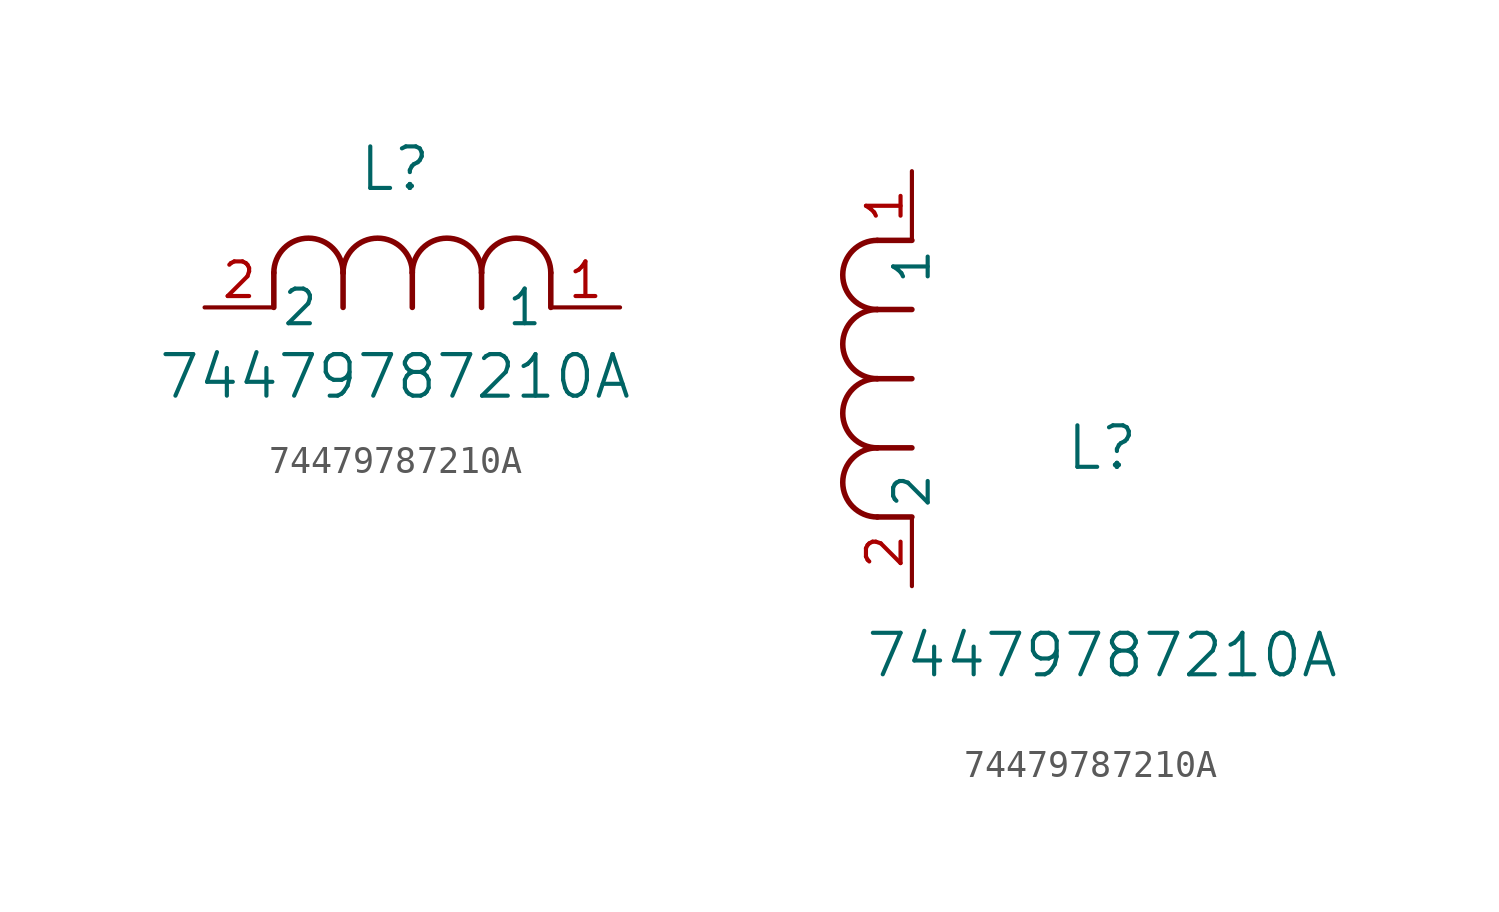
<source format=kicad_sym>
(kicad_symbol_lib
  (version 20211014)
  (generator kicad_symbol_editor)
  (symbol "74479787210A"
    (pin_names
      (offset 0.254))
    (property "Reference" "L"
      (at 6.985 5.08 0)
      (effects (font (size 1.524 1.524))))
    (property "Value" "74479787210A"
      (at 6.985 -2.54 0)
      (effects (font (size 1.524 1.524))))
    (symbol "74479787210A_1_1"
      (arc (start 7.62 1.27) (mid 6.35 2.54) (end 5.08 1.27) (stroke (width 0.2032) (type default) (color 0 0 0 0)) (fill (type none)))
      (polyline (pts (xy 5.08 0) (xy 5.08 1.27)) (stroke (width 0.203) (type default) (color 0 0 0 0)) (fill (type none)))
      (polyline (pts (xy 7.62 0) (xy 7.62 1.27)) (stroke (width 0.203) (type default) (color 0 0 0 0)) (fill (type none)))
      (polyline (pts (xy 12.7 0) (xy 12.7 1.27)) (stroke (width 0.203) (type default) (color 0 0 0 0)) (fill (type none)))
      (arc (start 5.08 1.27) (mid 3.81 2.54) (end 2.54 1.27) (stroke (width 0.2032) (type default) (color 0 0 0 0)) (fill (type none)))
      (arc (start 10.16 1.27) (mid 8.89 2.54) (end 7.62 1.27) (stroke (width 0.2032) (type default) (color 0 0 0 0)) (fill (type none)))
      (arc (start 12.7 1.27) (mid 11.43 2.54) (end 10.16 1.27) (stroke (width 0.2032) (type default) (color 0 0 0 0)) (fill (type none)))
      (polyline (pts (xy 2.54 0) (xy 2.54 1.27)) (stroke (width 0.203) (type default) (color 0 0 0 0)) (fill (type none)))
      (polyline (pts (xy 10.16 0) (xy 10.16 1.27)) (stroke (width 0.203) (type default) (color 0 0 0 0)) (fill (type none)))
      (pin unspecified line (at 0 0 0) (length 2.54) (name "2" (effects (font (size 1.27 1.27)))) (number "2" (effects (font (size 1.27 1.27)))))
      (pin unspecified line (at 15.24 0 180) (length 2.54) (name "1" (effects (font (size 1.27 1.27)))) (number "1" (effects (font (size 1.27 1.27))))))
    (symbol "74479787210A_1_2"
      (arc (start -1.27 7.62) (mid -2.54 6.35) (end -1.27 5.08) (stroke (width 0.2032) (type default) (color 0 0 0 0)) (fill (type none)))
      (arc (start -1.27 5.08) (mid -2.54 3.81) (end -1.27 2.54) (stroke (width 0.2032) (type default) (color 0 0 0 0)) (fill (type none)))
      (arc (start -1.27 12.7) (mid -2.54 11.43) (end -1.27 10.16) (stroke (width 0.2032) (type default) (color 0 0 0 0)) (fill (type none)))
      (arc (start -1.27 10.16) (mid -2.54 8.89) (end -1.27 7.62) (stroke (width 0.2032) (type default) (color 0 0 0 0)) (fill (type none)))
      (polyline (pts (xy 0 7.62) (xy -1.27 7.62)) (stroke (width 0.203) (type default) (color 0 0 0 0)) (fill (type none)))
      (polyline (pts (xy 0 5.08) (xy -1.27 5.08)) (stroke (width 0.203) (type default) (color 0 0 0 0)) (fill (type none)))
      (polyline (pts (xy 0 12.7) (xy -1.27 12.7)) (stroke (width 0.203) (type default) (color 0 0 0 0)) (fill (type none)))
      (polyline (pts (xy 0 2.54) (xy -1.27 2.54)) (stroke (width 0.203) (type default) (color 0 0 0 0)) (fill (type none)))
      (polyline (pts (xy 0 10.16) (xy -1.27 10.16)) (stroke (width 0.203) (type default) (color 0 0 0 0)) (fill (type none)))
      (pin unspecified line (at 0 0 90) (length 2.54) (name "2" (effects (font (size 1.27 1.27)))) (number "2" (effects (font (size 1.27 1.27)))))
      (pin unspecified line (at 0 15.24 270) (length 2.54) (name "1" (effects (font (size 1.27 1.27)))) (number "1" (effects (font (size 1.27 1.27))))))))
</source>
